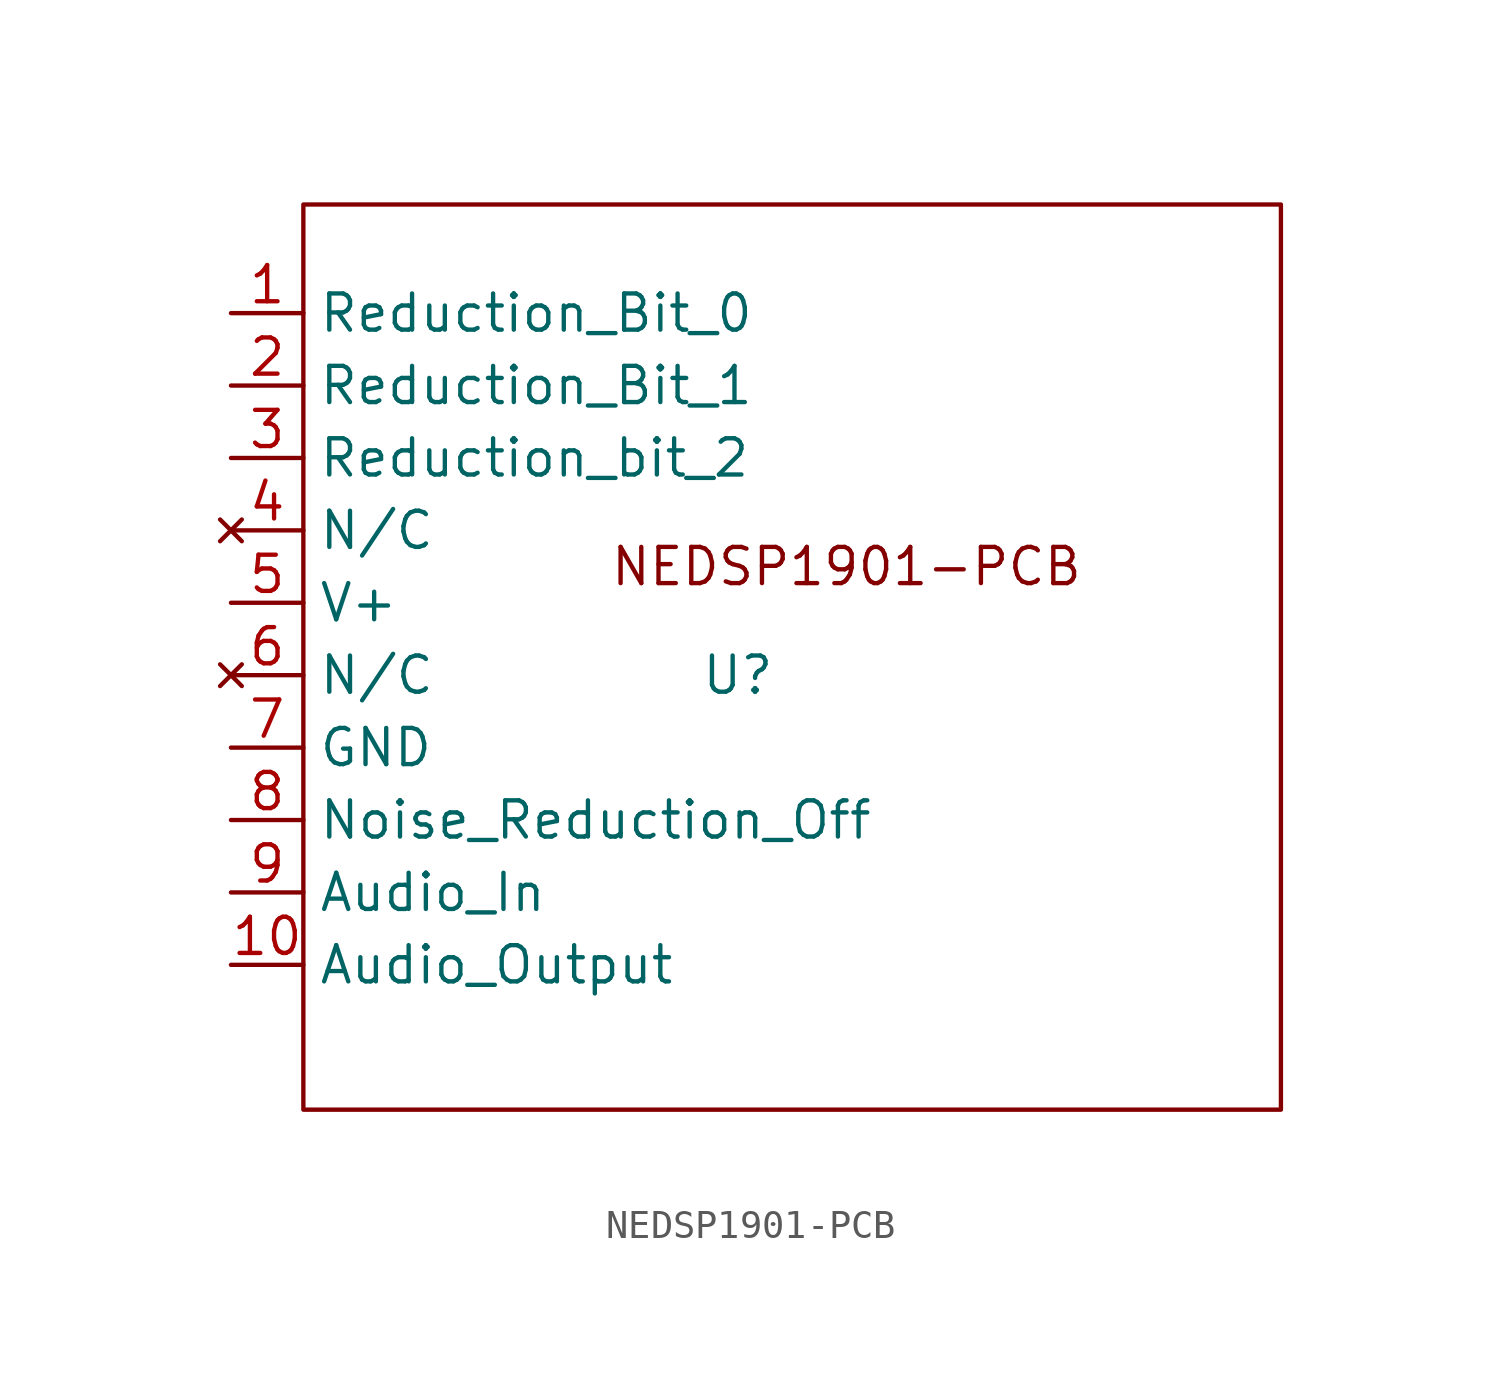
<source format=kicad_sym>
(kicad_symbol_lib
  (version 20220914)
  (generator kicad_symbol_editor)
  (symbol "NEDSP1901-PCB"
    (property "Reference" "U"
      (at 0 0 0)
      (effects (font (size 1.27 1.27))))
    (property "Value" ""
      (at 0 0 0)
      (effects (font (size 1.27 1.27))))
    (symbol "NEDSP1901-PCB_0_1"
      (rectangle (start -15.24 16.51) (end 19.05 -15.24) (stroke (width 0) (type default)) (fill (type none))))
    (symbol "NEDSP1901-PCB_1_1"
      (text "NEDSP1901-PCB" (at 3.81 3.81 0) (effects (font (size 1.27 1.27))))
      (pin input line (at -17.78 12.7 0) (length 2.54) (name "Reduction_Bit_0" (effects (font (size 1.27 1.27)))) (number "1" (effects (font (size 1.27 1.27)))))
      (pin output line (at -17.78 -10.16 0) (length 2.54) (name "Audio_Output" (effects (font (size 1.27 1.27)))) (number "10" (effects (font (size 1.27 1.27)))))
      (pin input line (at -17.78 10.16 0) (length 2.54) (name "Reduction_Bit_1" (effects (font (size 1.27 1.27)))) (number "2" (effects (font (size 1.27 1.27)))))
      (pin input line (at -17.78 7.62 0) (length 2.54) (name "Reduction_bit_2" (effects (font (size 1.27 1.27)))) (number "3" (effects (font (size 1.27 1.27)))))
      (pin no_connect line (at -17.78 5.08 0) (length 2.54) (name "N/C" (effects (font (size 1.27 1.27)))) (number "4" (effects (font (size 1.27 1.27)))))
      (pin power_in line (at -17.78 2.54 0) (length 2.54) (name "V+" (effects (font (size 1.27 1.27)))) (number "5" (effects (font (size 1.27 1.27)))))
      (pin no_connect line (at -17.78 0 0) (length 2.54) (name "N/C" (effects (font (size 1.27 1.27)))) (number "6" (effects (font (size 1.27 1.27)))))
      (pin power_in line (at -17.78 -2.54 0) (length 2.54) (name "GND" (effects (font (size 1.27 1.27)))) (number "7" (effects (font (size 1.27 1.27)))))
      (pin input line (at -17.78 -5.08 0) (length 2.54) (name "Noise_Reduction_Off" (effects (font (size 1.27 1.27)))) (number "8" (effects (font (size 1.27 1.27)))))
      (pin input line (at -17.78 -7.62 0) (length 2.54) (name "Audio_In" (effects (font (size 1.27 1.27)))) (number "9" (effects (font (size 1.27 1.27))))))))
</source>
